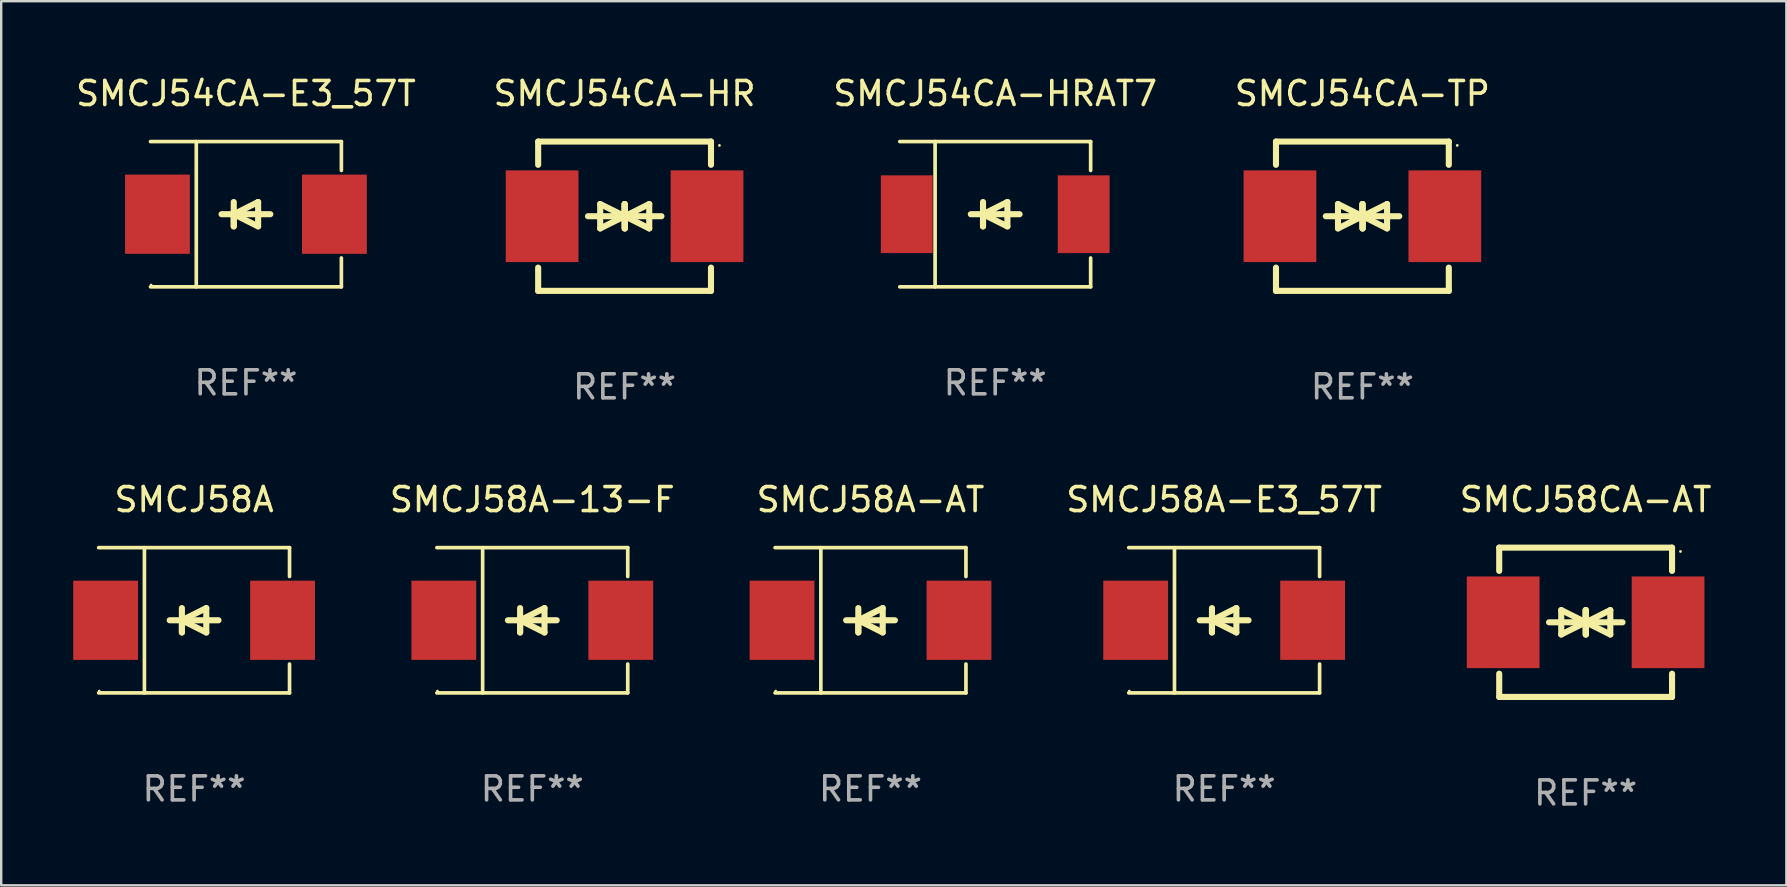
<source format=kicad_pcb>
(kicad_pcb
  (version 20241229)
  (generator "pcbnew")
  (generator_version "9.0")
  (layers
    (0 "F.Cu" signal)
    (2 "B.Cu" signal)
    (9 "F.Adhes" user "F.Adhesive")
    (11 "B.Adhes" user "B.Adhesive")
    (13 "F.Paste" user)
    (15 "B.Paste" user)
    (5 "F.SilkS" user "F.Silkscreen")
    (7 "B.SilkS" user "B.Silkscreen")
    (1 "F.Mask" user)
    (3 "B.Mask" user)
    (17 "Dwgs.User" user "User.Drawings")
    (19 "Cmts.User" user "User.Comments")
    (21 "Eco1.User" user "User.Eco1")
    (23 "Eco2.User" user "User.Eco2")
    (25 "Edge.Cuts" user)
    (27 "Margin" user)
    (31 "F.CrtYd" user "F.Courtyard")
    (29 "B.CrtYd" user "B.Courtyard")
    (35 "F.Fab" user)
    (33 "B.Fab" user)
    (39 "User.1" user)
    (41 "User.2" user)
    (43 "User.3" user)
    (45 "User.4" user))
  (footprint "SMCJ54CA-HRAT7"
    (layer "F.Cu")
    (at 38.411 5.874)
    (property "Reference" "SMCJ54CA-HRAT7" (at 0 -5.026 0) (layer "F.SilkS") (effects (font (size 1 1) (thickness 0.15))))
    (attr through_hole)
    (fp_line (start -3.976 -3.026) (end 3.976 -3.026) (stroke (width 0.152) (type solid)) (layer "F.SilkS"))
    (fp_line (start -3.976 3.026) (end 3.976 3.026) (stroke (width 0.152) (type solid)) (layer "F.SilkS"))
    (fp_line (start -2.504 -3.026) (end -2.504 3.026) (stroke (width 0.152) (type solid)) (layer "F.SilkS"))
    (fp_line (start -0.508 0) (end -0.508 0.508) (stroke (width 0.254) (type solid)) (layer "F.SilkS"))
    (fp_line (start -0.508 0) (end 0.508 0.508) (stroke (width 0.254) (type solid)) (layer "F.SilkS"))
    (fp_line (start -0.508 0.508) (end -0.508 -0.508) (stroke (width 0.254) (type solid)) (layer "F.SilkS"))
    (fp_line (start 0.508 -0.508) (end -0.508 0) (stroke (width 0.254) (type solid)) (layer "F.SilkS"))
    (fp_line (start 0.508 0.508) (end 0.508 -0.508) (stroke (width 0.254) (type solid)) (layer "F.SilkS"))
    (fp_line (start 1.016 0) (end -1.016 0) (stroke (width 0.254) (type solid)) (layer "F.SilkS"))
    (fp_line (start 3.976 -3.026) (end 3.976 -1.823) (stroke (width 0.152) (type solid)) (layer "F.SilkS"))
    (fp_line (start 3.976 3.026) (end 3.976 1.823) (stroke (width 0.152) (type solid)) (layer "F.SilkS"))
    (fp_circle (center 3.95 -2.95) (end 3.98 -2.95) (stroke (width 0.06) (type solid)) (fill no) (layer "F.SilkS"))
    (fp_text user "REF**" (at 0 7.026 0) (layer "F.Fab") (effects (font (size 1 1) (thickness 0.15))))
    (pad "1" smd rect (at 3.686 0 180) (size 2.158 3.24) (layers "F.Cu" "F.Mask" "F.Paste"))
    (pad "2" smd rect (at -3.686 0 180) (size 2.158 3.24) (layers "F.Cu" "F.Mask" "F.Paste")))
  (footprint "SMCJ54CA-E3_57T"
    (layer "F.Cu")
    (at 7.196 5.874)
    (property "Reference" "SMCJ54CA-E3_57T" (at 0 -5.026 0) (layer "F.SilkS") (effects (font (size 1 1) (thickness 0.15))))
    (attr through_hole)
    (fp_line (start -3.976 -3.026) (end 3.976 -3.026) (stroke (width 0.152) (type solid)) (layer "F.SilkS"))
    (fp_line (start -3.976 3.026) (end 3.976 3.026) (stroke (width 0.152) (type solid)) (layer "F.SilkS"))
    (fp_line (start -2.069 -3.026) (end -2.069 3.026) (stroke (width 0.152) (type solid)) (layer "F.SilkS"))
    (fp_line (start -0.508 0) (end -0.508 0.508) (stroke (width 0.254) (type solid)) (layer "F.SilkS"))
    (fp_line (start -0.508 0) (end 0.508 0.508) (stroke (width 0.254) (type solid)) (layer "F.SilkS"))
    (fp_line (start -0.508 0.508) (end -0.508 -0.508) (stroke (width 0.254) (type solid)) (layer "F.SilkS"))
    (fp_line (start 0.508 -0.508) (end -0.508 0) (stroke (width 0.254) (type solid)) (layer "F.SilkS"))
    (fp_line (start 0.508 0.508) (end 0.508 -0.508) (stroke (width 0.254) (type solid)) (layer "F.SilkS"))
    (fp_line (start 1.016 0) (end -1.016 0) (stroke (width 0.254) (type solid)) (layer "F.SilkS"))
    (fp_line (start 3.976 -3.026) (end 3.976 -1.823) (stroke (width 0.152) (type solid)) (layer "F.SilkS"))
    (fp_line (start 3.976 3.026) (end 3.976 1.823) (stroke (width 0.152) (type solid)) (layer "F.SilkS"))
    (fp_circle (center -3.95 2.95) (end -3.92 2.95) (stroke (width 0.06) (type solid)) (fill no) (layer "F.SilkS"))
    (fp_text user "REF**" (at 0 7.026 0) (layer "F.Fab") (effects (font (size 1 1) (thickness 0.15))))
    (pad "1" smd rect (at -3.686 0) (size 2.7 3.3) (layers "F.Cu" "F.Mask" "F.Paste"))
    (pad "2" smd rect (at 3.686 0) (size 2.7 3.3) (layers "F.Cu" "F.Mask" "F.Paste")))
  (footprint "SMCJ58A-E3_57T"
    (layer "F.Cu")
    (at 47.949 22.791)
    (property "Reference" "SMCJ58A-E3_57T" (at 0 -5.026 0) (layer "F.SilkS") (effects (font (size 1 1) (thickness 0.15))))
    (attr through_hole)
    (fp_line (start -3.976 -3.026) (end 3.976 -3.026) (stroke (width 0.152) (type solid)) (layer "F.SilkS"))
    (fp_line (start -3.976 3.026) (end 3.976 3.026) (stroke (width 0.152) (type solid)) (layer "F.SilkS"))
    (fp_line (start -2.069 -3.026) (end -2.069 3.026) (stroke (width 0.152) (type solid)) (layer "F.SilkS"))
    (fp_line (start -0.508 0) (end -0.508 0.508) (stroke (width 0.254) (type solid)) (layer "F.SilkS"))
    (fp_line (start -0.508 0) (end 0.508 0.508) (stroke (width 0.254) (type solid)) (layer "F.SilkS"))
    (fp_line (start -0.508 0.508) (end -0.508 -0.508) (stroke (width 0.254) (type solid)) (layer "F.SilkS"))
    (fp_line (start 0.508 -0.508) (end -0.508 0) (stroke (width 0.254) (type solid)) (layer "F.SilkS"))
    (fp_line (start 0.508 0.508) (end 0.508 -0.508) (stroke (width 0.254) (type solid)) (layer "F.SilkS"))
    (fp_line (start 1.016 0) (end -1.016 0) (stroke (width 0.254) (type solid)) (layer "F.SilkS"))
    (fp_line (start 3.976 -3.026) (end 3.976 -1.823) (stroke (width 0.152) (type solid)) (layer "F.SilkS"))
    (fp_line (start 3.976 3.026) (end 3.976 1.823) (stroke (width 0.152) (type solid)) (layer "F.SilkS"))
    (fp_circle (center -3.95 2.95) (end -3.92 2.95) (stroke (width 0.06) (type solid)) (fill no) (layer "F.SilkS"))
    (fp_text user "REF**" (at 0 7.026 0) (layer "F.Fab") (effects (font (size 1 1) (thickness 0.15))))
    (pad "1" smd rect (at -3.686 0) (size 2.7 3.3) (layers "F.Cu" "F.Mask" "F.Paste"))
    (pad "2" smd rect (at 3.686 0) (size 2.7 3.3) (layers "F.Cu" "F.Mask" "F.Paste")))
  (footprint "SMCJ54CA-HR"
    (layer "F.Cu")
    (at 22.97 5.958)
    (property "Reference" "SMCJ54CA-HR" (at 0 -5.11 0) (layer "F.SilkS") (effects (font (size 1 1) (thickness 0.15))))
    (attr through_hole)
    (fp_line (start -3.6 -2.141) (end -3.6 -3.11) (stroke (width 0.254) (type solid)) (layer "F.SilkS"))
    (fp_line (start -3.6 3.11) (end -3.6 2.141) (stroke (width 0.254) (type solid)) (layer "F.SilkS"))
    (fp_line (start -1.524 0) (end 0.508 0) (stroke (width 0.254) (type solid)) (layer "F.SilkS"))
    (fp_line (start -1.016 -0.508) (end -1.016 0.508) (stroke (width 0.254) (type solid)) (layer "F.SilkS"))
    (fp_line (start -1.016 0.508) (end 0 0) (stroke (width 0.254) (type solid)) (layer "F.SilkS"))
    (fp_line (start 0 -0.508) (end 0 0.508) (stroke (width 0.254) (type solid)) (layer "F.SilkS"))
    (fp_line (start 0 0) (end -1.016 -0.508) (stroke (width 0.254) (type solid)) (layer "F.SilkS"))
    (fp_line (start 0 0) (end 0 -0.508) (stroke (width 0.254) (type solid)) (layer "F.SilkS"))
    (fp_line (start 0.012 0) (end 0.012 0.508) (stroke (width 0.254) (type solid)) (layer "F.SilkS"))
    (fp_line (start 0.012 0) (end 1.028 0.508) (stroke (width 0.254) (type solid)) (layer "F.SilkS"))
    (fp_line (start 0.012 0.508) (end 0.012 -0.508) (stroke (width 0.254) (type solid)) (layer "F.SilkS"))
    (fp_line (start 1.028 -0.508) (end 0.012 0) (stroke (width 0.254) (type solid)) (layer "F.SilkS"))
    (fp_line (start 1.028 0.508) (end 1.028 -0.508) (stroke (width 0.254) (type solid)) (layer "F.SilkS"))
    (fp_line (start 1.536 0) (end -0.496 0) (stroke (width 0.254) (type solid)) (layer "F.SilkS"))
    (fp_line (start 3.6 -3.11) (end -3.6 -3.11) (stroke (width 0.254) (type solid)) (layer "F.SilkS"))
    (fp_line (start 3.6 -2.141) (end 3.6 -3.11) (stroke (width 0.254) (type solid)) (layer "F.SilkS"))
    (fp_line (start 3.6 3.11) (end -3.6 3.11) (stroke (width 0.254) (type solid)) (layer "F.SilkS"))
    (fp_line (start 3.6 3.11) (end 3.6 2.141) (stroke (width 0.254) (type solid)) (layer "F.SilkS"))
    (fp_circle (center 3.952 -2.95) (end 3.982 -2.95) (stroke (width 0.06) (type solid)) (fill no) (layer "F.SilkS"))
    (fp_text user "REF**" (at 0 7.11 0) (layer "F.Fab") (effects (font (size 1 1) (thickness 0.15))))
    (pad "1" smd rect (at 3.435 0) (size 3.03 3.82) (layers "F.Cu" "F.Mask" "F.Paste"))
    (pad "2" smd rect (at -3.435 0) (size 3.03 3.82) (layers "F.Cu" "F.Mask" "F.Paste")))
  (footprint "SMCJ54CA-TP"
    (layer "F.Cu")
    (at 53.708 5.958)
    (property "Reference" "SMCJ54CA-TP" (at 0 -5.11 0) (layer "F.SilkS") (effects (font (size 1 1) (thickness 0.15))))
    (attr through_hole)
    (fp_line (start -3.6 -2.141) (end -3.6 -3.11) (stroke (width 0.254) (type solid)) (layer "F.SilkS"))
    (fp_line (start -3.6 3.11) (end -3.6 2.141) (stroke (width 0.254) (type solid)) (layer "F.SilkS"))
    (fp_line (start -1.524 0) (end 0.508 0) (stroke (width 0.254) (type solid)) (layer "F.SilkS"))
    (fp_line (start -1.016 -0.508) (end -1.016 0.508) (stroke (width 0.254) (type solid)) (layer "F.SilkS"))
    (fp_line (start -1.016 0.508) (end 0 0) (stroke (width 0.254) (type solid)) (layer "F.SilkS"))
    (fp_line (start 0 -0.508) (end 0 0.508) (stroke (width 0.254) (type solid)) (layer "F.SilkS"))
    (fp_line (start 0 0) (end -1.016 -0.508) (stroke (width 0.254) (type solid)) (layer "F.SilkS"))
    (fp_line (start 0 0) (end 0 -0.508) (stroke (width 0.254) (type solid)) (layer "F.SilkS"))
    (fp_line (start 0.012 0) (end 0.012 0.508) (stroke (width 0.254) (type solid)) (layer "F.SilkS"))
    (fp_line (start 0.012 0) (end 1.028 0.508) (stroke (width 0.254) (type solid)) (layer "F.SilkS"))
    (fp_line (start 0.012 0.508) (end 0.012 -0.508) (stroke (width 0.254) (type solid)) (layer "F.SilkS"))
    (fp_line (start 1.028 -0.508) (end 0.012 0) (stroke (width 0.254) (type solid)) (layer "F.SilkS"))
    (fp_line (start 1.028 0.508) (end 1.028 -0.508) (stroke (width 0.254) (type solid)) (layer "F.SilkS"))
    (fp_line (start 1.536 0) (end -0.496 0) (stroke (width 0.254) (type solid)) (layer "F.SilkS"))
    (fp_line (start 3.6 -3.11) (end -3.6 -3.11) (stroke (width 0.254) (type solid)) (layer "F.SilkS"))
    (fp_line (start 3.6 -2.141) (end 3.6 -3.11) (stroke (width 0.254) (type solid)) (layer "F.SilkS"))
    (fp_line (start 3.6 3.11) (end -3.6 3.11) (stroke (width 0.254) (type solid)) (layer "F.SilkS"))
    (fp_line (start 3.6 3.11) (end 3.6 2.141) (stroke (width 0.254) (type solid)) (layer "F.SilkS"))
    (fp_circle (center 3.952 -2.95) (end 3.982 -2.95) (stroke (width 0.06) (type solid)) (fill no) (layer "F.SilkS"))
    (fp_text user "REF**" (at 0 7.11 0) (layer "F.Fab") (effects (font (size 1 1) (thickness 0.15))))
    (pad "1" smd rect (at 3.435 0) (size 3.03 3.82) (layers "F.Cu" "F.Mask" "F.Paste"))
    (pad "2" smd rect (at -3.435 0) (size 3.03 3.82) (layers "F.Cu" "F.Mask" "F.Paste")))
  (footprint "SMCJ58CA-AT"
    (layer "F.Cu")
    (at 63.008 22.875)
    (property "Reference" "SMCJ58CA-AT" (at 0 -5.11 0) (layer "F.SilkS") (effects (font (size 1 1) (thickness 0.15))))
    (attr through_hole)
    (fp_line (start -3.6 -2.141) (end -3.6 -3.11) (stroke (width 0.254) (type solid)) (layer "F.SilkS"))
    (fp_line (start -3.6 3.11) (end -3.6 2.141) (stroke (width 0.254) (type solid)) (layer "F.SilkS"))
    (fp_line (start -1.524 0) (end 0.508 0) (stroke (width 0.254) (type solid)) (layer "F.SilkS"))
    (fp_line (start -1.016 -0.508) (end -1.016 0.508) (stroke (width 0.254) (type solid)) (layer "F.SilkS"))
    (fp_line (start -1.016 0.508) (end 0 0) (stroke (width 0.254) (type solid)) (layer "F.SilkS"))
    (fp_line (start 0 -0.508) (end 0 0.508) (stroke (width 0.254) (type solid)) (layer "F.SilkS"))
    (fp_line (start 0 0) (end -1.016 -0.508) (stroke (width 0.254) (type solid)) (layer "F.SilkS"))
    (fp_line (start 0 0) (end 0 -0.508) (stroke (width 0.254) (type solid)) (layer "F.SilkS"))
    (fp_line (start 0.012 0) (end 0.012 0.508) (stroke (width 0.254) (type solid)) (layer "F.SilkS"))
    (fp_line (start 0.012 0) (end 1.028 0.508) (stroke (width 0.254) (type solid)) (layer "F.SilkS"))
    (fp_line (start 0.012 0.508) (end 0.012 -0.508) (stroke (width 0.254) (type solid)) (layer "F.SilkS"))
    (fp_line (start 1.028 -0.508) (end 0.012 0) (stroke (width 0.254) (type solid)) (layer "F.SilkS"))
    (fp_line (start 1.028 0.508) (end 1.028 -0.508) (stroke (width 0.254) (type solid)) (layer "F.SilkS"))
    (fp_line (start 1.536 0) (end -0.496 0) (stroke (width 0.254) (type solid)) (layer "F.SilkS"))
    (fp_line (start 3.6 -3.11) (end -3.6 -3.11) (stroke (width 0.254) (type solid)) (layer "F.SilkS"))
    (fp_line (start 3.6 -2.141) (end 3.6 -3.11) (stroke (width 0.254) (type solid)) (layer "F.SilkS"))
    (fp_line (start 3.6 3.11) (end -3.6 3.11) (stroke (width 0.254) (type solid)) (layer "F.SilkS"))
    (fp_line (start 3.6 3.11) (end 3.6 2.141) (stroke (width 0.254) (type solid)) (layer "F.SilkS"))
    (fp_circle (center 3.952 -2.95) (end 3.982 -2.95) (stroke (width 0.06) (type solid)) (fill no) (layer "F.SilkS"))
    (fp_text user "REF**" (at 0 7.11 0) (layer "F.Fab") (effects (font (size 1 1) (thickness 0.15))))
    (pad "1" smd rect (at 3.435 0) (size 3.03 3.82) (layers "F.Cu" "F.Mask" "F.Paste"))
    (pad "2" smd rect (at -3.435 0) (size 3.03 3.82) (layers "F.Cu" "F.Mask" "F.Paste")))
  (footprint "SMCJ58A-13-F"
    (layer "F.Cu")
    (at 19.126 22.791)
    (property "Reference" "SMCJ58A-13-F" (at 0 -5.026 0) (layer "F.SilkS") (effects (font (size 1 1) (thickness 0.15))))
    (attr through_hole)
    (fp_line (start -3.976 -3.026) (end 3.976 -3.026) (stroke (width 0.152) (type solid)) (layer "F.SilkS"))
    (fp_line (start -3.976 3.026) (end 3.976 3.026) (stroke (width 0.152) (type solid)) (layer "F.SilkS"))
    (fp_line (start -2.069 -3.026) (end -2.069 3.026) (stroke (width 0.152) (type solid)) (layer "F.SilkS"))
    (fp_line (start -0.508 0) (end -0.508 0.508) (stroke (width 0.254) (type solid)) (layer "F.SilkS"))
    (fp_line (start -0.508 0) (end 0.508 0.508) (stroke (width 0.254) (type solid)) (layer "F.SilkS"))
    (fp_line (start -0.508 0.508) (end -0.508 -0.508) (stroke (width 0.254) (type solid)) (layer "F.SilkS"))
    (fp_line (start 0.508 -0.508) (end -0.508 0) (stroke (width 0.254) (type solid)) (layer "F.SilkS"))
    (fp_line (start 0.508 0.508) (end 0.508 -0.508) (stroke (width 0.254) (type solid)) (layer "F.SilkS"))
    (fp_line (start 1.016 0) (end -1.016 0) (stroke (width 0.254) (type solid)) (layer "F.SilkS"))
    (fp_line (start 3.976 -3.026) (end 3.976 -1.823) (stroke (width 0.152) (type solid)) (layer "F.SilkS"))
    (fp_line (start 3.976 3.026) (end 3.976 1.823) (stroke (width 0.152) (type solid)) (layer "F.SilkS"))
    (fp_circle (center -3.95 2.95) (end -3.92 2.95) (stroke (width 0.06) (type solid)) (fill no) (layer "F.SilkS"))
    (fp_text user "REF**" (at 0 7.026 0) (layer "F.Fab") (effects (font (size 1 1) (thickness 0.15))))
    (pad "1" smd rect (at -3.686 0) (size 2.7 3.3) (layers "F.Cu" "F.Mask" "F.Paste"))
    (pad "2" smd rect (at 3.686 0) (size 2.7 3.3) (layers "F.Cu" "F.Mask" "F.Paste")))
  (footprint "SMCJ58A"
    (layer "F.Cu")
    (at 5.036 22.791)
    (property "Reference" "SMCJ58A" (at 0 -5.026 0) (layer "F.SilkS") (effects (font (size 1 1) (thickness 0.15))))
    (attr through_hole)
    (fp_line (start -3.976 -3.026) (end 3.976 -3.026) (stroke (width 0.152) (type solid)) (layer "F.SilkS"))
    (fp_line (start -3.976 3.026) (end 3.976 3.026) (stroke (width 0.152) (type solid)) (layer "F.SilkS"))
    (fp_line (start -2.069 -3.026) (end -2.069 3.026) (stroke (width 0.152) (type solid)) (layer "F.SilkS"))
    (fp_line (start -0.508 0) (end -0.508 0.508) (stroke (width 0.254) (type solid)) (layer "F.SilkS"))
    (fp_line (start -0.508 0) (end 0.508 0.508) (stroke (width 0.254) (type solid)) (layer "F.SilkS"))
    (fp_line (start -0.508 0.508) (end -0.508 -0.508) (stroke (width 0.254) (type solid)) (layer "F.SilkS"))
    (fp_line (start 0.508 -0.508) (end -0.508 0) (stroke (width 0.254) (type solid)) (layer "F.SilkS"))
    (fp_line (start 0.508 0.508) (end 0.508 -0.508) (stroke (width 0.254) (type solid)) (layer "F.SilkS"))
    (fp_line (start 1.016 0) (end -1.016 0) (stroke (width 0.254) (type solid)) (layer "F.SilkS"))
    (fp_line (start 3.976 -3.026) (end 3.976 -1.823) (stroke (width 0.152) (type solid)) (layer "F.SilkS"))
    (fp_line (start 3.976 3.026) (end 3.976 1.823) (stroke (width 0.152) (type solid)) (layer "F.SilkS"))
    (fp_circle (center -3.95 2.95) (end -3.92 2.95) (stroke (width 0.06) (type solid)) (fill no) (layer "F.SilkS"))
    (fp_text user "REF**" (at 0 7.026 0) (layer "F.Fab") (effects (font (size 1 1) (thickness 0.15))))
    (pad "1" smd rect (at -3.686 0) (size 2.7 3.3) (layers "F.Cu" "F.Mask" "F.Paste"))
    (pad "2" smd rect (at 3.686 0) (size 2.7 3.3) (layers "F.Cu" "F.Mask" "F.Paste")))
  (footprint "SMCJ58A-AT"
    (layer "F.Cu")
    (at 33.216 22.791)
    (property "Reference" "SMCJ58A-AT" (at 0 -5.026 0) (layer "F.SilkS") (effects (font (size 1 1) (thickness 0.15))))
    (attr through_hole)
    (fp_line (start -3.976 -3.026) (end 3.976 -3.026) (stroke (width 0.152) (type solid)) (layer "F.SilkS"))
    (fp_line (start -3.976 3.026) (end 3.976 3.026) (stroke (width 0.152) (type solid)) (layer "F.SilkS"))
    (fp_line (start -2.069 -3.026) (end -2.069 3.026) (stroke (width 0.152) (type solid)) (layer "F.SilkS"))
    (fp_line (start -0.508 0) (end -0.508 0.508) (stroke (width 0.254) (type solid)) (layer "F.SilkS"))
    (fp_line (start -0.508 0) (end 0.508 0.508) (stroke (width 0.254) (type solid)) (layer "F.SilkS"))
    (fp_line (start -0.508 0.508) (end -0.508 -0.508) (stroke (width 0.254) (type solid)) (layer "F.SilkS"))
    (fp_line (start 0.508 -0.508) (end -0.508 0) (stroke (width 0.254) (type solid)) (layer "F.SilkS"))
    (fp_line (start 0.508 0.508) (end 0.508 -0.508) (stroke (width 0.254) (type solid)) (layer "F.SilkS"))
    (fp_line (start 1.016 0) (end -1.016 0) (stroke (width 0.254) (type solid)) (layer "F.SilkS"))
    (fp_line (start 3.976 -3.026) (end 3.976 -1.823) (stroke (width 0.152) (type solid)) (layer "F.SilkS"))
    (fp_line (start 3.976 3.026) (end 3.976 1.823) (stroke (width 0.152) (type solid)) (layer "F.SilkS"))
    (fp_circle (center -3.95 2.95) (end -3.92 2.95) (stroke (width 0.06) (type solid)) (fill no) (layer "F.SilkS"))
    (fp_text user "REF**" (at 0 7.026 0) (layer "F.Fab") (effects (font (size 1 1) (thickness 0.15))))
    (pad "1" smd rect (at -3.686 0) (size 2.7 3.3) (layers "F.Cu" "F.Mask" "F.Paste"))
    (pad "2" smd rect (at 3.686 0) (size 2.7 3.3) (layers "F.Cu" "F.Mask" "F.Paste")))
  (gr_rect
    (start -3 -3)
    (end 71.371 33.833)
    (stroke (width 0.1) (type default))
    (fill no)
    (layer "Edge.Cuts")))
</source>
